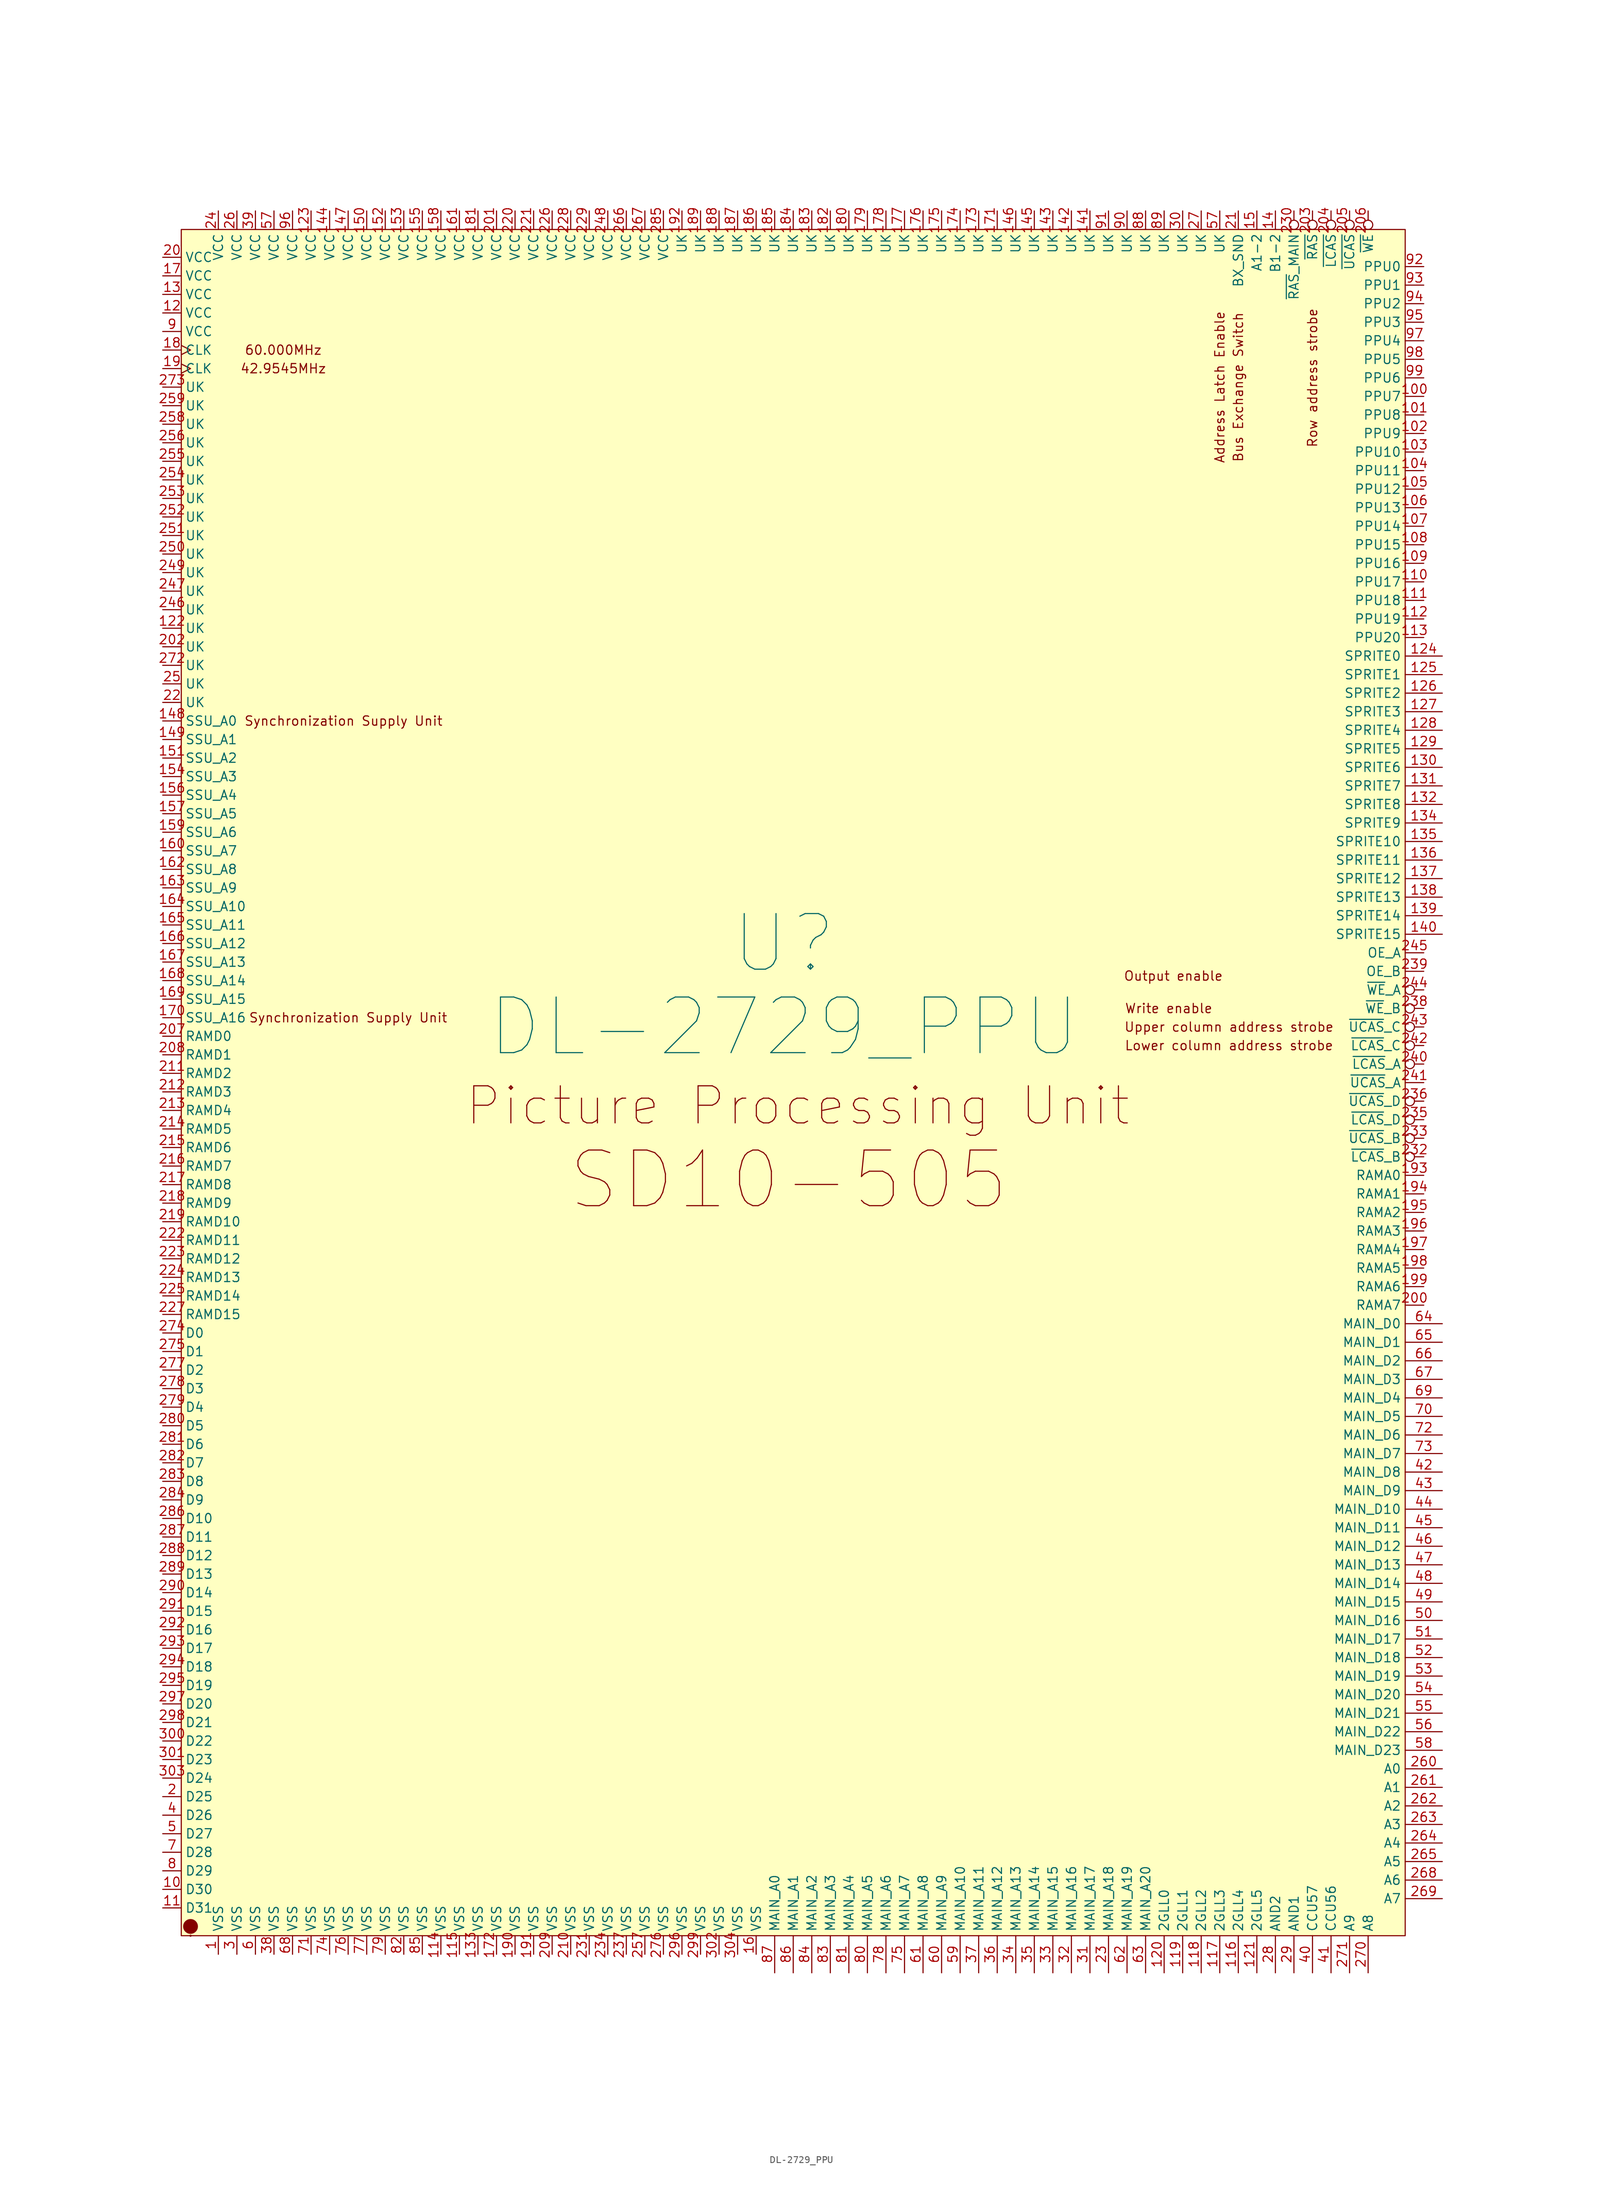
<source format=kicad_sym>
(kicad_symbol_lib
  (version 20211014)
  (generator kicad_symbol_editor)
  (symbol "DL-2729_PPU"
    (property "Reference" "U"
      (at 0 5.08 0)
      (effects (font (size 7.62 7.62))))
    (property "Value" "DL-2729_PPU"
      (at 0 -6.35 0)
      (effects (font (size 7.62 7.62))))
    (symbol "DL-2729_PPU_0_0"
      (circle (center -81.28 -130.81) (radius 0.0001) (stroke (width 0.152) (type default) (color 0 0 0 0)) (fill (type none)))
      (text "42.9545MHz" (at -68.58 83.82 0) (effects (font (size 1.27 1.27))))
      (text "60.000MHz" (at -68.58 86.36 0) (effects (font (size 1.27 1.27))))
      (text "Address Latch Enable" (at 59.69 81.28 900) (effects (font (size 1.27 1.27))))
      (text "Bus Exchange Switch" (at 62.23 81.28 900) (effects (font (size 1.27 1.27))))
      (text "Lower column address strobe" (at 60.96 -8.89 0) (effects (font (size 1.27 1.27))))
      (text "Output enable" (at 53.34 0.635 0) (effects (font (size 1.27 1.27))))
      (text "Picture Processing Unit" (at 1.905 -17.145 0) (effects (font (size 5.08 5.08))))
      (text "Row address strobe" (at 72.39 82.55 900) (effects (font (size 1.27 1.27))))
      (text "SD10-505" (at 0.635 -27.305 0) (effects (font (size 7.62 7.62))))
      (text "Synchronization Supply Unit" (at -60.325 35.56 0) (effects (font (size 1.27 1.27))))
      (text "Synchronization Supply Unit" (at -59.69 -5.08 0) (effects (font (size 1.27 1.27))))
      (text "Upper column address strobe" (at 60.96 -6.35 0) (effects (font (size 1.27 1.27))))
      (text "Write enable" (at 52.705 -3.81 0) (effects (font (size 1.27 1.27)))))
    (symbol "DL-2729_PPU_0_1"
      (rectangle (start -82.55 102.87) (end 85.09 -130.81) (stroke (width 0.152) (type default) (color 0 0 0 0)) (fill (type background)))
      (circle (center -81.28 -129.54) (radius 0.0001) (stroke (width 1.016) (type default) (color 0 0 0 0)) (fill (type none))))
    (symbol "DL-2729_PPU_1_0"
      (pin bidirectional line (at 90.17 44.45 180) (length 5.08) (name "SPRITE0" (effects (font (size 1.27 1.27)))) (number "124" (effects (font (size 1.27 1.27)))))
      (pin bidirectional line (at 90.17 41.91 180) (length 5.08) (name "SPRITE1" (effects (font (size 1.27 1.27)))) (number "125" (effects (font (size 1.27 1.27)))))
      (pin bidirectional line (at 90.17 39.37 180) (length 5.08) (name "SPRITE2" (effects (font (size 1.27 1.27)))) (number "126" (effects (font (size 1.27 1.27)))))
      (pin bidirectional line (at 90.17 36.83 180) (length 5.08) (name "SPRITE3" (effects (font (size 1.27 1.27)))) (number "127" (effects (font (size 1.27 1.27)))))
      (pin bidirectional line (at 90.17 34.29 180) (length 5.08) (name "SPRITE4" (effects (font (size 1.27 1.27)))) (number "128" (effects (font (size 1.27 1.27)))))
      (pin bidirectional line (at 90.17 31.75 180) (length 5.08) (name "SPRITE5" (effects (font (size 1.27 1.27)))) (number "129" (effects (font (size 1.27 1.27)))))
      (pin bidirectional line (at 90.17 29.21 180) (length 5.08) (name "SPRITE6" (effects (font (size 1.27 1.27)))) (number "130" (effects (font (size 1.27 1.27)))))
      (pin bidirectional line (at 90.17 26.67 180) (length 5.08) (name "SPRITE7" (effects (font (size 1.27 1.27)))) (number "131" (effects (font (size 1.27 1.27)))))
      (pin bidirectional line (at 90.17 24.13 180) (length 5.08) (name "SPRITE8" (effects (font (size 1.27 1.27)))) (number "132" (effects (font (size 1.27 1.27)))))
      (pin bidirectional line (at 90.17 21.59 180) (length 5.08) (name "SPRITE9" (effects (font (size 1.27 1.27)))) (number "134" (effects (font (size 1.27 1.27)))))
      (pin bidirectional line (at 90.17 19.05 180) (length 5.08) (name "SPRITE10" (effects (font (size 1.27 1.27)))) (number "135" (effects (font (size 1.27 1.27)))))
      (pin bidirectional line (at 90.17 16.51 180) (length 5.08) (name "SPRITE11" (effects (font (size 1.27 1.27)))) (number "136" (effects (font (size 1.27 1.27)))))
      (pin bidirectional line (at 90.17 13.97 180) (length 5.08) (name "SPRITE12" (effects (font (size 1.27 1.27)))) (number "137" (effects (font (size 1.27 1.27)))))
      (pin bidirectional line (at 90.17 11.43 180) (length 5.08) (name "SPRITE13" (effects (font (size 1.27 1.27)))) (number "138" (effects (font (size 1.27 1.27)))))
      (pin bidirectional line (at 90.17 8.89 180) (length 5.08) (name "SPRITE14" (effects (font (size 1.27 1.27)))) (number "139" (effects (font (size 1.27 1.27)))))
      (pin bidirectional line (at 90.17 6.35 180) (length 5.08) (name "SPRITE15" (effects (font (size 1.27 1.27)))) (number "140" (effects (font (size 1.27 1.27))))))
    (symbol "DL-2729_PPU_1_1"
      (pin power_in line (at -77.47 -133.35 90) (length 2.54) (name "VSS" (effects (font (size 1.27 1.27)))) (number "1" (effects (font (size 1.27 1.27)))))
      (pin bidirectional line (at -85.09 -124.46 0) (length 2.54) (name "D30" (effects (font (size 1.27 1.27)))) (number "10" (effects (font (size 1.27 1.27)))))
      (pin output line (at 87.63 80.01 180) (length 2.54) (name "PPU7" (effects (font (size 1.27 1.27)))) (number "100" (effects (font (size 1.27 1.27)))))
      (pin output line (at 87.63 77.47 180) (length 2.54) (name "PPU8" (effects (font (size 1.27 1.27)))) (number "101" (effects (font (size 1.27 1.27)))))
      (pin output line (at 87.63 74.93 180) (length 2.54) (name "PPU9" (effects (font (size 1.27 1.27)))) (number "102" (effects (font (size 1.27 1.27)))))
      (pin output line (at 87.63 72.39 180) (length 2.54) (name "PPU10" (effects (font (size 1.27 1.27)))) (number "103" (effects (font (size 1.27 1.27)))))
      (pin output line (at 87.63 69.85 180) (length 2.54) (name "PPU11" (effects (font (size 1.27 1.27)))) (number "104" (effects (font (size 1.27 1.27)))))
      (pin output line (at 87.63 67.31 180) (length 2.54) (name "PPU12" (effects (font (size 1.27 1.27)))) (number "105" (effects (font (size 1.27 1.27)))))
      (pin output line (at 87.63 64.77 180) (length 2.54) (name "PPU13" (effects (font (size 1.27 1.27)))) (number "106" (effects (font (size 1.27 1.27)))))
      (pin output line (at 87.63 62.23 180) (length 2.54) (name "PPU14" (effects (font (size 1.27 1.27)))) (number "107" (effects (font (size 1.27 1.27)))))
      (pin output line (at 87.63 59.69 180) (length 2.54) (name "PPU15" (effects (font (size 1.27 1.27)))) (number "108" (effects (font (size 1.27 1.27)))))
      (pin output line (at 87.63 57.15 180) (length 2.54) (name "PPU16" (effects (font (size 1.27 1.27)))) (number "109" (effects (font (size 1.27 1.27)))))
      (pin bidirectional line (at -85.09 -127 0) (length 2.54) (name "D31" (effects (font (size 1.27 1.27)))) (number "11" (effects (font (size 1.27 1.27)))))
      (pin output line (at 87.63 54.61 180) (length 2.54) (name "PPU17" (effects (font (size 1.27 1.27)))) (number "110" (effects (font (size 1.27 1.27)))))
      (pin output line (at 87.63 52.07 180) (length 2.54) (name "PPU18" (effects (font (size 1.27 1.27)))) (number "111" (effects (font (size 1.27 1.27)))))
      (pin output line (at 87.63 49.53 180) (length 2.54) (name "PPU19" (effects (font (size 1.27 1.27)))) (number "112" (effects (font (size 1.27 1.27)))))
      (pin output line (at 87.63 46.99 180) (length 2.54) (name "PPU20" (effects (font (size 1.27 1.27)))) (number "113" (effects (font (size 1.27 1.27)))))
      (pin power_in line (at -46.99 -133.35 90) (length 2.54) (name "VSS" (effects (font (size 1.27 1.27)))) (number "114" (effects (font (size 1.27 1.27)))))
      (pin power_in line (at -44.45 -133.35 90) (length 2.54) (name "VSS" (effects (font (size 1.27 1.27)))) (number "115" (effects (font (size 1.27 1.27)))))
      (pin bidirectional line (at 62.23 -135.89 90) (length 5.08) (name "2GLL4" (effects (font (size 1.27 1.27)))) (number "116" (effects (font (size 1.27 1.27)))))
      (pin bidirectional line (at 59.69 -135.89 90) (length 5.08) (name "2GLL3" (effects (font (size 1.27 1.27)))) (number "117" (effects (font (size 1.27 1.27)))))
      (pin bidirectional line (at 57.15 -135.89 90) (length 5.08) (name "2GLL2" (effects (font (size 1.27 1.27)))) (number "118" (effects (font (size 1.27 1.27)))))
      (pin bidirectional line (at 54.61 -135.89 90) (length 5.08) (name "2GLL1" (effects (font (size 1.27 1.27)))) (number "119" (effects (font (size 1.27 1.27)))))
      (pin power_in line (at -85.09 91.44 0) (length 2.54) (name "VCC" (effects (font (size 1.27 1.27)))) (number "12" (effects (font (size 1.27 1.27)))))
      (pin bidirectional line (at 52.07 -135.89 90) (length 5.08) (name "2GLL0" (effects (font (size 1.27 1.27)))) (number "120" (effects (font (size 1.27 1.27)))))
      (pin bidirectional line (at 64.77 -135.89 90) (length 5.08) (name "2GLL5" (effects (font (size 1.27 1.27)))) (number "121" (effects (font (size 1.27 1.27)))))
      (pin output line (at -85.09 48.26 0) (length 2.54) (name "UK" (effects (font (size 1.27 1.27)))) (number "122" (effects (font (size 1.27 1.27)))))
      (pin power_in line (at -64.77 105.41 270) (length 2.54) (name "VCC" (effects (font (size 1.27 1.27)))) (number "123" (effects (font (size 1.27 1.27)))))
      (pin power_in line (at -85.09 93.98 0) (length 2.54) (name "VCC" (effects (font (size 1.27 1.27)))) (number "13" (effects (font (size 1.27 1.27)))))
      (pin power_in line (at -41.91 -133.35 90) (length 2.54) (name "VSS" (effects (font (size 1.27 1.27)))) (number "133" (effects (font (size 1.27 1.27)))))
      (pin input line (at 67.31 105.41 270) (length 2.54) (name "B1-2" (effects (font (size 1.27 1.27)))) (number "14" (effects (font (size 1.27 1.27)))))
      (pin input line (at 41.91 105.41 270) (length 2.54) (name "UK" (effects (font (size 1.27 1.27)))) (number "141" (effects (font (size 1.27 1.27)))))
      (pin input line (at 39.37 105.41 270) (length 2.54) (name "UK" (effects (font (size 1.27 1.27)))) (number "142" (effects (font (size 1.27 1.27)))))
      (pin input line (at 36.83 105.41 270) (length 2.54) (name "UK" (effects (font (size 1.27 1.27)))) (number "143" (effects (font (size 1.27 1.27)))))
      (pin power_in line (at -62.23 105.41 270) (length 2.54) (name "VCC" (effects (font (size 1.27 1.27)))) (number "144" (effects (font (size 1.27 1.27)))))
      (pin input line (at 34.29 105.41 270) (length 2.54) (name "UK" (effects (font (size 1.27 1.27)))) (number "145" (effects (font (size 1.27 1.27)))))
      (pin input line (at 31.75 105.41 270) (length 2.54) (name "UK" (effects (font (size 1.27 1.27)))) (number "146" (effects (font (size 1.27 1.27)))))
      (pin power_in line (at -59.69 105.41 270) (length 2.54) (name "VCC" (effects (font (size 1.27 1.27)))) (number "147" (effects (font (size 1.27 1.27)))))
      (pin bidirectional line (at -85.09 35.56 0) (length 2.54) (name "SSU_A0" (effects (font (size 1.27 1.27)))) (number "148" (effects (font (size 1.27 1.27)))))
      (pin bidirectional line (at -85.09 33.02 0) (length 2.54) (name "SSU_A1" (effects (font (size 1.27 1.27)))) (number "149" (effects (font (size 1.27 1.27)))))
      (pin output line (at 64.77 105.41 270) (length 2.54) (name "A1-2" (effects (font (size 1.27 1.27)))) (number "15" (effects (font (size 1.27 1.27)))))
      (pin power_in line (at -57.15 105.41 270) (length 2.54) (name "VCC" (effects (font (size 1.27 1.27)))) (number "150" (effects (font (size 1.27 1.27)))))
      (pin bidirectional line (at -85.09 30.48 0) (length 2.54) (name "SSU_A2" (effects (font (size 1.27 1.27)))) (number "151" (effects (font (size 1.27 1.27)))))
      (pin power_in line (at -54.61 105.41 270) (length 2.54) (name "VCC" (effects (font (size 1.27 1.27)))) (number "152" (effects (font (size 1.27 1.27)))))
      (pin power_in line (at -52.07 105.41 270) (length 2.54) (name "VCC" (effects (font (size 1.27 1.27)))) (number "153" (effects (font (size 1.27 1.27)))))
      (pin bidirectional line (at -85.09 27.94 0) (length 2.54) (name "SSU_A3" (effects (font (size 1.27 1.27)))) (number "154" (effects (font (size 1.27 1.27)))))
      (pin power_in line (at -49.53 105.41 270) (length 2.54) (name "VCC" (effects (font (size 1.27 1.27)))) (number "155" (effects (font (size 1.27 1.27)))))
      (pin bidirectional line (at -85.09 25.4 0) (length 2.54) (name "SSU_A4" (effects (font (size 1.27 1.27)))) (number "156" (effects (font (size 1.27 1.27)))))
      (pin bidirectional line (at -85.09 22.86 0) (length 2.54) (name "SSU_A5" (effects (font (size 1.27 1.27)))) (number "157" (effects (font (size 1.27 1.27)))))
      (pin power_in line (at -46.99 105.41 270) (length 2.54) (name "VCC" (effects (font (size 1.27 1.27)))) (number "158" (effects (font (size 1.27 1.27)))))
      (pin bidirectional line (at -85.09 20.32 0) (length 2.54) (name "SSU_A6" (effects (font (size 1.27 1.27)))) (number "159" (effects (font (size 1.27 1.27)))))
      (pin power_in line (at -3.81 -133.35 90) (length 2.54) (name "VSS" (effects (font (size 1.27 1.27)))) (number "16" (effects (font (size 1.27 1.27)))))
      (pin bidirectional line (at -85.09 17.78 0) (length 2.54) (name "SSU_A7" (effects (font (size 1.27 1.27)))) (number "160" (effects (font (size 1.27 1.27)))))
      (pin power_in line (at -44.45 105.41 270) (length 2.54) (name "VCC" (effects (font (size 1.27 1.27)))) (number "161" (effects (font (size 1.27 1.27)))))
      (pin bidirectional line (at -85.09 15.24 0) (length 2.54) (name "SSU_A8" (effects (font (size 1.27 1.27)))) (number "162" (effects (font (size 1.27 1.27)))))
      (pin bidirectional line (at -85.09 12.7 0) (length 2.54) (name "SSU_A9" (effects (font (size 1.27 1.27)))) (number "163" (effects (font (size 1.27 1.27)))))
      (pin bidirectional line (at -85.09 10.16 0) (length 2.54) (name "SSU_A10" (effects (font (size 1.27 1.27)))) (number "164" (effects (font (size 1.27 1.27)))))
      (pin bidirectional line (at -85.09 7.62 0) (length 2.54) (name "SSU_A11" (effects (font (size 1.27 1.27)))) (number "165" (effects (font (size 1.27 1.27)))))
      (pin bidirectional line (at -85.09 5.08 0) (length 2.54) (name "SSU_A12" (effects (font (size 1.27 1.27)))) (number "166" (effects (font (size 1.27 1.27)))))
      (pin bidirectional line (at -85.09 2.54 0) (length 2.54) (name "SSU_A13" (effects (font (size 1.27 1.27)))) (number "167" (effects (font (size 1.27 1.27)))))
      (pin bidirectional line (at -85.09 0 0) (length 2.54) (name "SSU_A14" (effects (font (size 1.27 1.27)))) (number "168" (effects (font (size 1.27 1.27)))))
      (pin bidirectional line (at -85.09 -2.54 0) (length 2.54) (name "SSU_A15" (effects (font (size 1.27 1.27)))) (number "169" (effects (font (size 1.27 1.27)))))
      (pin power_in line (at -85.09 96.52 0) (length 2.54) (name "VCC" (effects (font (size 1.27 1.27)))) (number "17" (effects (font (size 1.27 1.27)))))
      (pin bidirectional line (at -85.09 -5.08 0) (length 2.54) (name "SSU_A16" (effects (font (size 1.27 1.27)))) (number "170" (effects (font (size 1.27 1.27)))))
      (pin output line (at 29.21 105.41 270) (length 2.54) (name "UK" (effects (font (size 1.27 1.27)))) (number "171" (effects (font (size 1.27 1.27)))))
      (pin power_in line (at -39.37 -133.35 90) (length 2.54) (name "VSS" (effects (font (size 1.27 1.27)))) (number "172" (effects (font (size 1.27 1.27)))))
      (pin output line (at 26.67 105.41 270) (length 2.54) (name "UK" (effects (font (size 1.27 1.27)))) (number "173" (effects (font (size 1.27 1.27)))))
      (pin output line (at 24.13 105.41 270) (length 2.54) (name "UK" (effects (font (size 1.27 1.27)))) (number "174" (effects (font (size 1.27 1.27)))))
      (pin output line (at 21.59 105.41 270) (length 2.54) (name "UK" (effects (font (size 1.27 1.27)))) (number "175" (effects (font (size 1.27 1.27)))))
      (pin output line (at 19.05 105.41 270) (length 2.54) (name "UK" (effects (font (size 1.27 1.27)))) (number "176" (effects (font (size 1.27 1.27)))))
      (pin output line (at 16.51 105.41 270) (length 2.54) (name "UK" (effects (font (size 1.27 1.27)))) (number "177" (effects (font (size 1.27 1.27)))))
      (pin output line (at 13.97 105.41 270) (length 2.54) (name "UK" (effects (font (size 1.27 1.27)))) (number "178" (effects (font (size 1.27 1.27)))))
      (pin output line (at 11.43 105.41 270) (length 2.54) (name "UK" (effects (font (size 1.27 1.27)))) (number "179" (effects (font (size 1.27 1.27)))))
      (pin input clock (at -85.09 86.36 0) (length 2.54) (name "CLK" (effects (font (size 1.27 1.27)))) (number "18" (effects (font (size 1.27 1.27)))))
      (pin output line (at 8.89 105.41 270) (length 2.54) (name "UK" (effects (font (size 1.27 1.27)))) (number "180" (effects (font (size 1.27 1.27)))))
      (pin power_in line (at -41.91 105.41 270) (length 2.54) (name "VCC" (effects (font (size 1.27 1.27)))) (number "181" (effects (font (size 1.27 1.27)))))
      (pin output line (at 6.35 105.41 270) (length 2.54) (name "UK" (effects (font (size 1.27 1.27)))) (number "182" (effects (font (size 1.27 1.27)))))
      (pin output line (at 3.81 105.41 270) (length 2.54) (name "UK" (effects (font (size 1.27 1.27)))) (number "183" (effects (font (size 1.27 1.27)))))
      (pin output line (at 1.27 105.41 270) (length 2.54) (name "UK" (effects (font (size 1.27 1.27)))) (number "184" (effects (font (size 1.27 1.27)))))
      (pin output line (at -1.27 105.41 270) (length 2.54) (name "UK" (effects (font (size 1.27 1.27)))) (number "185" (effects (font (size 1.27 1.27)))))
      (pin output line (at -3.81 105.41 270) (length 2.54) (name "UK" (effects (font (size 1.27 1.27)))) (number "186" (effects (font (size 1.27 1.27)))))
      (pin output line (at -6.35 105.41 270) (length 2.54) (name "UK" (effects (font (size 1.27 1.27)))) (number "187" (effects (font (size 1.27 1.27)))))
      (pin output line (at -8.89 105.41 270) (length 2.54) (name "UK" (effects (font (size 1.27 1.27)))) (number "188" (effects (font (size 1.27 1.27)))))
      (pin output line (at -11.43 105.41 270) (length 2.54) (name "UK" (effects (font (size 1.27 1.27)))) (number "189" (effects (font (size 1.27 1.27)))))
      (pin input clock (at -85.09 83.82 0) (length 2.54) (name "CLK" (effects (font (size 1.27 1.27)))) (number "19" (effects (font (size 1.27 1.27)))))
      (pin power_in line (at -36.83 -133.35 90) (length 2.54) (name "VSS" (effects (font (size 1.27 1.27)))) (number "190" (effects (font (size 1.27 1.27)))))
      (pin power_in line (at -34.29 -133.35 90) (length 2.54) (name "VSS" (effects (font (size 1.27 1.27)))) (number "191" (effects (font (size 1.27 1.27)))))
      (pin output line (at -13.97 105.41 270) (length 2.54) (name "UK" (effects (font (size 1.27 1.27)))) (number "192" (effects (font (size 1.27 1.27)))))
      (pin output line (at 87.63 -26.67 180) (length 2.54) (name "RAMA0" (effects (font (size 1.27 1.27)))) (number "193" (effects (font (size 1.27 1.27)))))
      (pin output line (at 87.63 -29.21 180) (length 2.54) (name "RAMA1" (effects (font (size 1.27 1.27)))) (number "194" (effects (font (size 1.27 1.27)))))
      (pin output line (at 87.63 -31.75 180) (length 2.54) (name "RAMA2" (effects (font (size 1.27 1.27)))) (number "195" (effects (font (size 1.27 1.27)))))
      (pin output line (at 87.63 -34.29 180) (length 2.54) (name "RAMA3" (effects (font (size 1.27 1.27)))) (number "196" (effects (font (size 1.27 1.27)))))
      (pin output line (at 87.63 -36.83 180) (length 2.54) (name "RAMA4" (effects (font (size 1.27 1.27)))) (number "197" (effects (font (size 1.27 1.27)))))
      (pin output line (at 87.63 -39.37 180) (length 2.54) (name "RAMA5" (effects (font (size 1.27 1.27)))) (number "198" (effects (font (size 1.27 1.27)))))
      (pin output line (at 87.63 -41.91 180) (length 2.54) (name "RAMA6" (effects (font (size 1.27 1.27)))) (number "199" (effects (font (size 1.27 1.27)))))
      (pin bidirectional line (at -85.09 -111.76 0) (length 2.54) (name "D25" (effects (font (size 1.27 1.27)))) (number "2" (effects (font (size 1.27 1.27)))))
      (pin power_in line (at -85.09 99.06 0) (length 2.54) (name "VCC" (effects (font (size 1.27 1.27)))) (number "20" (effects (font (size 1.27 1.27)))))
      (pin output line (at 87.63 -44.45 180) (length 2.54) (name "RAMA7" (effects (font (size 1.27 1.27)))) (number "200" (effects (font (size 1.27 1.27)))))
      (pin power_in line (at -39.37 105.41 270) (length 2.54) (name "VCC" (effects (font (size 1.27 1.27)))) (number "201" (effects (font (size 1.27 1.27)))))
      (pin output line (at -85.09 45.72 0) (length 2.54) (name "UK" (effects (font (size 1.27 1.27)))) (number "202" (effects (font (size 1.27 1.27)))))
      (pin output inverted (at 72.39 105.41 270) (length 2.54) (name "~{RAS}" (effects (font (size 1.27 1.27)))) (number "203" (effects (font (size 1.27 1.27)))))
      (pin output inverted (at 74.93 105.41 270) (length 2.54) (name "~{LCAS}" (effects (font (size 1.27 1.27)))) (number "204" (effects (font (size 1.27 1.27)))))
      (pin output inverted (at 77.47 105.41 270) (length 2.54) (name "~{UCAS}" (effects (font (size 1.27 1.27)))) (number "205" (effects (font (size 1.27 1.27)))))
      (pin output inverted (at 80.01 105.41 270) (length 2.54) (name "~{WE}" (effects (font (size 1.27 1.27)))) (number "206" (effects (font (size 1.27 1.27)))))
      (pin bidirectional line (at -85.09 -7.62 0) (length 2.54) (name "RAMD0" (effects (font (size 1.27 1.27)))) (number "207" (effects (font (size 1.27 1.27)))))
      (pin bidirectional line (at -85.09 -10.16 0) (length 2.54) (name "RAMD1" (effects (font (size 1.27 1.27)))) (number "208" (effects (font (size 1.27 1.27)))))
      (pin power_in line (at -31.75 -133.35 90) (length 2.54) (name "VSS" (effects (font (size 1.27 1.27)))) (number "209" (effects (font (size 1.27 1.27)))))
      (pin output line (at 62.23 105.41 270) (length 2.54) (name "BX_SND" (effects (font (size 1.27 1.27)))) (number "21" (effects (font (size 1.27 1.27)))))
      (pin power_in line (at -29.21 -133.35 90) (length 2.54) (name "VSS" (effects (font (size 1.27 1.27)))) (number "210" (effects (font (size 1.27 1.27)))))
      (pin bidirectional line (at -85.09 -12.7 0) (length 2.54) (name "RAMD2" (effects (font (size 1.27 1.27)))) (number "211" (effects (font (size 1.27 1.27)))))
      (pin bidirectional line (at -85.09 -15.24 0) (length 2.54) (name "RAMD3" (effects (font (size 1.27 1.27)))) (number "212" (effects (font (size 1.27 1.27)))))
      (pin bidirectional line (at -85.09 -17.78 0) (length 2.54) (name "RAMD4" (effects (font (size 1.27 1.27)))) (number "213" (effects (font (size 1.27 1.27)))))
      (pin bidirectional line (at -85.09 -20.32 0) (length 2.54) (name "RAMD5" (effects (font (size 1.27 1.27)))) (number "214" (effects (font (size 1.27 1.27)))))
      (pin bidirectional line (at -85.09 -22.86 0) (length 2.54) (name "RAMD6" (effects (font (size 1.27 1.27)))) (number "215" (effects (font (size 1.27 1.27)))))
      (pin bidirectional line (at -85.09 -25.4 0) (length 2.54) (name "RAMD7" (effects (font (size 1.27 1.27)))) (number "216" (effects (font (size 1.27 1.27)))))
      (pin bidirectional line (at -85.09 -27.94 0) (length 2.54) (name "RAMD8" (effects (font (size 1.27 1.27)))) (number "217" (effects (font (size 1.27 1.27)))))
      (pin bidirectional line (at -85.09 -30.48 0) (length 2.54) (name "RAMD9" (effects (font (size 1.27 1.27)))) (number "218" (effects (font (size 1.27 1.27)))))
      (pin bidirectional line (at -85.09 -33.02 0) (length 2.54) (name "RAMD10" (effects (font (size 1.27 1.27)))) (number "219" (effects (font (size 1.27 1.27)))))
      (pin input line (at -85.09 38.1 0) (length 2.54) (name "UK" (effects (font (size 1.27 1.27)))) (number "22" (effects (font (size 1.27 1.27)))))
      (pin power_in line (at -36.83 105.41 270) (length 2.54) (name "VCC" (effects (font (size 1.27 1.27)))) (number "220" (effects (font (size 1.27 1.27)))))
      (pin power_in line (at -34.29 105.41 270) (length 2.54) (name "VCC" (effects (font (size 1.27 1.27)))) (number "221" (effects (font (size 1.27 1.27)))))
      (pin bidirectional line (at -85.09 -35.56 0) (length 2.54) (name "RAMD11" (effects (font (size 1.27 1.27)))) (number "222" (effects (font (size 1.27 1.27)))))
      (pin bidirectional line (at -85.09 -38.1 0) (length 2.54) (name "RAMD12" (effects (font (size 1.27 1.27)))) (number "223" (effects (font (size 1.27 1.27)))))
      (pin bidirectional line (at -85.09 -40.64 0) (length 2.54) (name "RAMD13" (effects (font (size 1.27 1.27)))) (number "224" (effects (font (size 1.27 1.27)))))
      (pin bidirectional line (at -85.09 -43.18 0) (length 2.54) (name "RAMD14" (effects (font (size 1.27 1.27)))) (number "225" (effects (font (size 1.27 1.27)))))
      (pin power_in line (at -31.75 105.41 270) (length 2.54) (name "VCC" (effects (font (size 1.27 1.27)))) (number "226" (effects (font (size 1.27 1.27)))))
      (pin bidirectional line (at -85.09 -45.72 0) (length 2.54) (name "RAMD15" (effects (font (size 1.27 1.27)))) (number "227" (effects (font (size 1.27 1.27)))))
      (pin power_in line (at -29.21 105.41 270) (length 2.54) (name "VCC" (effects (font (size 1.27 1.27)))) (number "228" (effects (font (size 1.27 1.27)))))
      (pin power_in line (at -26.67 105.41 270) (length 2.54) (name "VCC" (effects (font (size 1.27 1.27)))) (number "229" (effects (font (size 1.27 1.27)))))
      (pin bidirectional line (at 44.45 -135.89 90) (length 5.08) (name "MAIN_A18" (effects (font (size 1.27 1.27)))) (number "23" (effects (font (size 1.27 1.27)))))
      (pin output inverted (at 69.85 105.41 270) (length 2.54) (name "~{RAS}_MAIN" (effects (font (size 1.27 1.27)))) (number "230" (effects (font (size 1.27 1.27)))))
      (pin power_in line (at -26.67 -133.35 90) (length 2.54) (name "VSS" (effects (font (size 1.27 1.27)))) (number "231" (effects (font (size 1.27 1.27)))))
      (pin output inverted (at 87.63 -24.13 180) (length 2.54) (name "~{LCAS}_B" (effects (font (size 1.27 1.27)))) (number "232" (effects (font (size 1.27 1.27)))))
      (pin output inverted (at 87.63 -21.59 180) (length 2.54) (name "~{UCAS}_B" (effects (font (size 1.27 1.27)))) (number "233" (effects (font (size 1.27 1.27)))))
      (pin power_in line (at -24.13 -133.35 90) (length 2.54) (name "VSS" (effects (font (size 1.27 1.27)))) (number "234" (effects (font (size 1.27 1.27)))))
      (pin output inverted (at 87.63 -19.05 180) (length 2.54) (name "~{LCAS}_D" (effects (font (size 1.27 1.27)))) (number "235" (effects (font (size 1.27 1.27)))))
      (pin output inverted (at 87.63 -16.51 180) (length 2.54) (name "~{UCAS}_D" (effects (font (size 1.27 1.27)))) (number "236" (effects (font (size 1.27 1.27)))))
      (pin power_in line (at -21.59 -133.35 90) (length 2.54) (name "VSS" (effects (font (size 1.27 1.27)))) (number "237" (effects (font (size 1.27 1.27)))))
      (pin output inverted (at 87.63 -3.81 180) (length 2.54) (name "~{WE}_B" (effects (font (size 1.27 1.27)))) (number "238" (effects (font (size 1.27 1.27)))))
      (pin output line (at 87.63 1.27 180) (length 2.54) (name "OE_B" (effects (font (size 1.27 1.27)))) (number "239" (effects (font (size 1.27 1.27)))))
      (pin power_in line (at -77.47 105.41 270) (length 2.54) (name "VCC" (effects (font (size 1.27 1.27)))) (number "24" (effects (font (size 1.27 1.27)))))
      (pin output inverted (at 87.63 -11.43 180) (length 2.54) (name "~{LCAS}_A" (effects (font (size 1.27 1.27)))) (number "240" (effects (font (size 1.27 1.27)))))
      (pin output line (at 87.63 -13.97 180) (length 2.54) (name "~{UCAS}_A" (effects (font (size 1.27 1.27)))) (number "241" (effects (font (size 1.27 1.27)))))
      (pin output inverted (at 87.63 -8.89 180) (length 2.54) (name "~{LCAS}_C" (effects (font (size 1.27 1.27)))) (number "242" (effects (font (size 1.27 1.27)))))
      (pin output inverted (at 87.63 -6.35 180) (length 2.54) (name "~{UCAS}_C" (effects (font (size 1.27 1.27)))) (number "243" (effects (font (size 1.27 1.27)))))
      (pin output inverted (at 87.63 -1.27 180) (length 2.54) (name "~{WE}_A" (effects (font (size 1.27 1.27)))) (number "244" (effects (font (size 1.27 1.27)))))
      (pin output line (at 87.63 3.81 180) (length 2.54) (name "OE_A" (effects (font (size 1.27 1.27)))) (number "245" (effects (font (size 1.27 1.27)))))
      (pin output line (at -85.09 50.8 0) (length 2.54) (name "UK" (effects (font (size 1.27 1.27)))) (number "246" (effects (font (size 1.27 1.27)))))
      (pin output line (at -85.09 53.34 0) (length 2.54) (name "UK" (effects (font (size 1.27 1.27)))) (number "247" (effects (font (size 1.27 1.27)))))
      (pin power_in line (at -24.13 105.41 270) (length 2.54) (name "VCC" (effects (font (size 1.27 1.27)))) (number "248" (effects (font (size 1.27 1.27)))))
      (pin output line (at -85.09 55.88 0) (length 2.54) (name "UK" (effects (font (size 1.27 1.27)))) (number "249" (effects (font (size 1.27 1.27)))))
      (pin input line (at -85.09 40.64 0) (length 2.54) (name "UK" (effects (font (size 1.27 1.27)))) (number "25" (effects (font (size 1.27 1.27)))))
      (pin output line (at -85.09 58.42 0) (length 2.54) (name "UK" (effects (font (size 1.27 1.27)))) (number "250" (effects (font (size 1.27 1.27)))))
      (pin output line (at -85.09 60.96 0) (length 2.54) (name "UK" (effects (font (size 1.27 1.27)))) (number "251" (effects (font (size 1.27 1.27)))))
      (pin output line (at -85.09 63.5 0) (length 2.54) (name "UK" (effects (font (size 1.27 1.27)))) (number "252" (effects (font (size 1.27 1.27)))))
      (pin output line (at -85.09 66.04 0) (length 2.54) (name "UK" (effects (font (size 1.27 1.27)))) (number "253" (effects (font (size 1.27 1.27)))))
      (pin output line (at -85.09 68.58 0) (length 2.54) (name "UK" (effects (font (size 1.27 1.27)))) (number "254" (effects (font (size 1.27 1.27)))))
      (pin output line (at -85.09 71.12 0) (length 2.54) (name "UK" (effects (font (size 1.27 1.27)))) (number "255" (effects (font (size 1.27 1.27)))))
      (pin output line (at -85.09 73.66 0) (length 2.54) (name "UK" (effects (font (size 1.27 1.27)))) (number "256" (effects (font (size 1.27 1.27)))))
      (pin power_in line (at -19.05 -133.35 90) (length 2.54) (name "VSS" (effects (font (size 1.27 1.27)))) (number "257" (effects (font (size 1.27 1.27)))))
      (pin output line (at -85.09 76.2 0) (length 2.54) (name "UK" (effects (font (size 1.27 1.27)))) (number "258" (effects (font (size 1.27 1.27)))))
      (pin output line (at -85.09 78.74 0) (length 2.54) (name "UK" (effects (font (size 1.27 1.27)))) (number "259" (effects (font (size 1.27 1.27)))))
      (pin power_in line (at -74.93 105.41 270) (length 2.54) (name "VCC" (effects (font (size 1.27 1.27)))) (number "26" (effects (font (size 1.27 1.27)))))
      (pin output line (at 90.17 -107.95 180) (length 5.08) (name "A0" (effects (font (size 1.27 1.27)))) (number "260" (effects (font (size 1.27 1.27)))))
      (pin output line (at 90.17 -110.49 180) (length 5.08) (name "A1" (effects (font (size 1.27 1.27)))) (number "261" (effects (font (size 1.27 1.27)))))
      (pin output line (at 90.17 -113.03 180) (length 5.08) (name "A2" (effects (font (size 1.27 1.27)))) (number "262" (effects (font (size 1.27 1.27)))))
      (pin output line (at 90.17 -115.57 180) (length 5.08) (name "A3" (effects (font (size 1.27 1.27)))) (number "263" (effects (font (size 1.27 1.27)))))
      (pin output line (at 90.17 -118.11 180) (length 5.08) (name "A4" (effects (font (size 1.27 1.27)))) (number "264" (effects (font (size 1.27 1.27)))))
      (pin output line (at 90.17 -120.65 180) (length 5.08) (name "A5" (effects (font (size 1.27 1.27)))) (number "265" (effects (font (size 1.27 1.27)))))
      (pin power_in line (at -21.59 105.41 270) (length 2.54) (name "VCC" (effects (font (size 1.27 1.27)))) (number "266" (effects (font (size 1.27 1.27)))))
      (pin power_in line (at -19.05 105.41 270) (length 2.54) (name "VCC" (effects (font (size 1.27 1.27)))) (number "267" (effects (font (size 1.27 1.27)))))
      (pin output line (at 90.17 -123.19 180) (length 5.08) (name "A6" (effects (font (size 1.27 1.27)))) (number "268" (effects (font (size 1.27 1.27)))))
      (pin output line (at 90.17 -125.73 180) (length 5.08) (name "A7" (effects (font (size 1.27 1.27)))) (number "269" (effects (font (size 1.27 1.27)))))
      (pin input line (at 57.15 105.41 270) (length 2.54) (name "UK" (effects (font (size 1.27 1.27)))) (number "27" (effects (font (size 1.27 1.27)))))
      (pin output line (at 80.01 -135.89 90) (length 5.08) (name "A8" (effects (font (size 1.27 1.27)))) (number "270" (effects (font (size 1.27 1.27)))))
      (pin output line (at 77.47 -135.89 90) (length 5.08) (name "A9" (effects (font (size 1.27 1.27)))) (number "271" (effects (font (size 1.27 1.27)))))
      (pin output line (at -85.09 43.18 0) (length 2.54) (name "UK" (effects (font (size 1.27 1.27)))) (number "272" (effects (font (size 1.27 1.27)))))
      (pin output line (at -85.09 81.28 0) (length 2.54) (name "UK" (effects (font (size 1.27 1.27)))) (number "273" (effects (font (size 1.27 1.27)))))
      (pin bidirectional line (at -85.09 -48.26 0) (length 2.54) (name "D0" (effects (font (size 1.27 1.27)))) (number "274" (effects (font (size 1.27 1.27)))))
      (pin bidirectional line (at -85.09 -50.8 0) (length 2.54) (name "D1" (effects (font (size 1.27 1.27)))) (number "275" (effects (font (size 1.27 1.27)))))
      (pin power_in line (at -16.51 -133.35 90) (length 2.54) (name "VSS" (effects (font (size 1.27 1.27)))) (number "276" (effects (font (size 1.27 1.27)))))
      (pin bidirectional line (at -85.09 -53.34 0) (length 2.54) (name "D2" (effects (font (size 1.27 1.27)))) (number "277" (effects (font (size 1.27 1.27)))))
      (pin bidirectional line (at -85.09 -55.88 0) (length 2.54) (name "D3" (effects (font (size 1.27 1.27)))) (number "278" (effects (font (size 1.27 1.27)))))
      (pin bidirectional line (at -85.09 -58.42 0) (length 2.54) (name "D4" (effects (font (size 1.27 1.27)))) (number "279" (effects (font (size 1.27 1.27)))))
      (pin output line (at 67.31 -135.89 90) (length 5.08) (name "AND2" (effects (font (size 1.27 1.27)))) (number "28" (effects (font (size 1.27 1.27)))))
      (pin bidirectional line (at -85.09 -60.96 0) (length 2.54) (name "D5" (effects (font (size 1.27 1.27)))) (number "280" (effects (font (size 1.27 1.27)))))
      (pin bidirectional line (at -85.09 -63.5 0) (length 2.54) (name "D6" (effects (font (size 1.27 1.27)))) (number "281" (effects (font (size 1.27 1.27)))))
      (pin bidirectional line (at -85.09 -66.04 0) (length 2.54) (name "D7" (effects (font (size 1.27 1.27)))) (number "282" (effects (font (size 1.27 1.27)))))
      (pin bidirectional line (at -85.09 -68.58 0) (length 2.54) (name "D8" (effects (font (size 1.27 1.27)))) (number "283" (effects (font (size 1.27 1.27)))))
      (pin bidirectional line (at -85.09 -71.12 0) (length 2.54) (name "D9" (effects (font (size 1.27 1.27)))) (number "284" (effects (font (size 1.27 1.27)))))
      (pin power_in line (at -16.51 105.41 270) (length 2.54) (name "VCC" (effects (font (size 1.27 1.27)))) (number "285" (effects (font (size 1.27 1.27)))))
      (pin bidirectional line (at -85.09 -73.66 0) (length 2.54) (name "D10" (effects (font (size 1.27 1.27)))) (number "286" (effects (font (size 1.27 1.27)))))
      (pin bidirectional line (at -85.09 -76.2 0) (length 2.54) (name "D11" (effects (font (size 1.27 1.27)))) (number "287" (effects (font (size 1.27 1.27)))))
      (pin bidirectional line (at -85.09 -78.74 0) (length 2.54) (name "D12" (effects (font (size 1.27 1.27)))) (number "288" (effects (font (size 1.27 1.27)))))
      (pin bidirectional line (at -85.09 -81.28 0) (length 2.54) (name "D13" (effects (font (size 1.27 1.27)))) (number "289" (effects (font (size 1.27 1.27)))))
      (pin output line (at 69.85 -135.89 90) (length 5.08) (name "AND1" (effects (font (size 1.27 1.27)))) (number "29" (effects (font (size 1.27 1.27)))))
      (pin bidirectional line (at -85.09 -83.82 0) (length 2.54) (name "D14" (effects (font (size 1.27 1.27)))) (number "290" (effects (font (size 1.27 1.27)))))
      (pin bidirectional line (at -85.09 -86.36 0) (length 2.54) (name "D15" (effects (font (size 1.27 1.27)))) (number "291" (effects (font (size 1.27 1.27)))))
      (pin bidirectional line (at -85.09 -88.9 0) (length 2.54) (name "D16" (effects (font (size 1.27 1.27)))) (number "292" (effects (font (size 1.27 1.27)))))
      (pin bidirectional line (at -85.09 -91.44 0) (length 2.54) (name "D17" (effects (font (size 1.27 1.27)))) (number "293" (effects (font (size 1.27 1.27)))))
      (pin bidirectional line (at -85.09 -93.98 0) (length 2.54) (name "D18" (effects (font (size 1.27 1.27)))) (number "294" (effects (font (size 1.27 1.27)))))
      (pin bidirectional line (at -85.09 -96.52 0) (length 2.54) (name "D19" (effects (font (size 1.27 1.27)))) (number "295" (effects (font (size 1.27 1.27)))))
      (pin power_in line (at -13.97 -133.35 90) (length 2.54) (name "VSS" (effects (font (size 1.27 1.27)))) (number "296" (effects (font (size 1.27 1.27)))))
      (pin bidirectional line (at -85.09 -99.06 0) (length 2.54) (name "D20" (effects (font (size 1.27 1.27)))) (number "297" (effects (font (size 1.27 1.27)))))
      (pin bidirectional line (at -85.09 -101.6 0) (length 2.54) (name "D21" (effects (font (size 1.27 1.27)))) (number "298" (effects (font (size 1.27 1.27)))))
      (pin power_in line (at -11.43 -133.35 90) (length 2.54) (name "VSS" (effects (font (size 1.27 1.27)))) (number "299" (effects (font (size 1.27 1.27)))))
      (pin power_in line (at -74.93 -133.35 90) (length 2.54) (name "VSS" (effects (font (size 1.27 1.27)))) (number "3" (effects (font (size 1.27 1.27)))))
      (pin input line (at 54.61 105.41 270) (length 2.54) (name "UK" (effects (font (size 1.27 1.27)))) (number "30" (effects (font (size 1.27 1.27)))))
      (pin bidirectional line (at -85.09 -104.14 0) (length 2.54) (name "D22" (effects (font (size 1.27 1.27)))) (number "300" (effects (font (size 1.27 1.27)))))
      (pin bidirectional line (at -85.09 -106.68 0) (length 2.54) (name "D23" (effects (font (size 1.27 1.27)))) (number "301" (effects (font (size 1.27 1.27)))))
      (pin power_in line (at -8.89 -133.35 90) (length 2.54) (name "VSS" (effects (font (size 1.27 1.27)))) (number "302" (effects (font (size 1.27 1.27)))))
      (pin bidirectional line (at -85.09 -109.22 0) (length 2.54) (name "D24" (effects (font (size 1.27 1.27)))) (number "303" (effects (font (size 1.27 1.27)))))
      (pin power_in line (at -6.35 -133.35 90) (length 2.54) (name "VSS" (effects (font (size 1.27 1.27)))) (number "304" (effects (font (size 1.27 1.27)))))
      (pin bidirectional line (at 41.91 -135.89 90) (length 5.08) (name "MAIN_A17" (effects (font (size 1.27 1.27)))) (number "31" (effects (font (size 1.27 1.27)))))
      (pin bidirectional line (at 39.37 -135.89 90) (length 5.08) (name "MAIN_A16" (effects (font (size 1.27 1.27)))) (number "32" (effects (font (size 1.27 1.27)))))
      (pin bidirectional line (at 36.83 -135.89 90) (length 5.08) (name "MAIN_A15" (effects (font (size 1.27 1.27)))) (number "33" (effects (font (size 1.27 1.27)))))
      (pin bidirectional line (at 31.75 -135.89 90) (length 5.08) (name "MAIN_A13" (effects (font (size 1.27 1.27)))) (number "34" (effects (font (size 1.27 1.27)))))
      (pin bidirectional line (at 34.29 -135.89 90) (length 5.08) (name "MAIN_A14" (effects (font (size 1.27 1.27)))) (number "35" (effects (font (size 1.27 1.27)))))
      (pin bidirectional line (at 29.21 -135.89 90) (length 5.08) (name "MAIN_A12" (effects (font (size 1.27 1.27)))) (number "36" (effects (font (size 1.27 1.27)))))
      (pin bidirectional line (at 26.67 -135.89 90) (length 5.08) (name "MAIN_A11" (effects (font (size 1.27 1.27)))) (number "37" (effects (font (size 1.27 1.27)))))
      (pin power_in line (at -69.85 -133.35 90) (length 2.54) (name "VSS" (effects (font (size 1.27 1.27)))) (number "38" (effects (font (size 1.27 1.27)))))
      (pin power_in line (at -72.39 105.41 270) (length 2.54) (name "VCC" (effects (font (size 1.27 1.27)))) (number "39" (effects (font (size 1.27 1.27)))))
      (pin bidirectional line (at -85.09 -114.3 0) (length 2.54) (name "D26" (effects (font (size 1.27 1.27)))) (number "4" (effects (font (size 1.27 1.27)))))
      (pin bidirectional line (at 72.39 -135.89 90) (length 5.08) (name "CCU57" (effects (font (size 1.27 1.27)))) (number "40" (effects (font (size 1.27 1.27)))))
      (pin bidirectional line (at 74.93 -135.89 90) (length 5.08) (name "CCU56" (effects (font (size 1.27 1.27)))) (number "41" (effects (font (size 1.27 1.27)))))
      (pin bidirectional line (at 90.17 -67.31 180) (length 5.08) (name "MAIN_D8" (effects (font (size 1.27 1.27)))) (number "42" (effects (font (size 1.27 1.27)))))
      (pin bidirectional line (at 90.17 -69.85 180) (length 5.08) (name "MAIN_D9" (effects (font (size 1.27 1.27)))) (number "43" (effects (font (size 1.27 1.27)))))
      (pin bidirectional line (at 90.17 -72.39 180) (length 5.08) (name "MAIN_D10" (effects (font (size 1.27 1.27)))) (number "44" (effects (font (size 1.27 1.27)))))
      (pin bidirectional line (at 90.17 -74.93 180) (length 5.08) (name "MAIN_D11" (effects (font (size 1.27 1.27)))) (number "45" (effects (font (size 1.27 1.27)))))
      (pin bidirectional line (at 90.17 -77.47 180) (length 5.08) (name "MAIN_D12" (effects (font (size 1.27 1.27)))) (number "46" (effects (font (size 1.27 1.27)))))
      (pin bidirectional line (at 90.17 -80.01 180) (length 5.08) (name "MAIN_D13" (effects (font (size 1.27 1.27)))) (number "47" (effects (font (size 1.27 1.27)))))
      (pin bidirectional line (at 90.17 -82.55 180) (length 5.08) (name "MAIN_D14" (effects (font (size 1.27 1.27)))) (number "48" (effects (font (size 1.27 1.27)))))
      (pin bidirectional line (at 90.17 -85.09 180) (length 5.08) (name "MAIN_D15" (effects (font (size 1.27 1.27)))) (number "49" (effects (font (size 1.27 1.27)))))
      (pin bidirectional line (at -85.09 -116.84 0) (length 2.54) (name "D27" (effects (font (size 1.27 1.27)))) (number "5" (effects (font (size 1.27 1.27)))))
      (pin bidirectional line (at 90.17 -87.63 180) (length 5.08) (name "MAIN_D16" (effects (font (size 1.27 1.27)))) (number "50" (effects (font (size 1.27 1.27)))))
      (pin bidirectional line (at 90.17 -90.17 180) (length 5.08) (name "MAIN_D17" (effects (font (size 1.27 1.27)))) (number "51" (effects (font (size 1.27 1.27)))))
      (pin bidirectional line (at 90.17 -92.71 180) (length 5.08) (name "MAIN_D18" (effects (font (size 1.27 1.27)))) (number "52" (effects (font (size 1.27 1.27)))))
      (pin bidirectional line (at 90.17 -95.25 180) (length 5.08) (name "MAIN_D19" (effects (font (size 1.27 1.27)))) (number "53" (effects (font (size 1.27 1.27)))))
      (pin bidirectional line (at 90.17 -97.79 180) (length 5.08) (name "MAIN_D20" (effects (font (size 1.27 1.27)))) (number "54" (effects (font (size 1.27 1.27)))))
      (pin bidirectional line (at 90.17 -100.33 180) (length 5.08) (name "MAIN_D21" (effects (font (size 1.27 1.27)))) (number "55" (effects (font (size 1.27 1.27)))))
      (pin bidirectional line (at 90.17 -102.87 180) (length 5.08) (name "MAIN_D22" (effects (font (size 1.27 1.27)))) (number "56" (effects (font (size 1.27 1.27)))))
      (pin bidirectional line (at 59.69 105.41 270) (length 2.54) (name "UK" (effects (font (size 1.27 1.27)))) (number "57" (effects (font (size 1.27 1.27)))))
      (pin power_in line (at -69.85 105.41 270) (length 2.54) (name "VCC" (effects (font (size 1.27 1.27)))) (number "57" (effects (font (size 1.27 1.27)))))
      (pin bidirectional line (at 90.17 -105.41 180) (length 5.08) (name "MAIN_D23" (effects (font (size 1.27 1.27)))) (number "58" (effects (font (size 1.27 1.27)))))
      (pin bidirectional line (at 24.13 -135.89 90) (length 5.08) (name "MAIN_A10" (effects (font (size 1.27 1.27)))) (number "59" (effects (font (size 1.27 1.27)))))
      (pin power_in line (at -72.39 -133.35 90) (length 2.54) (name "VSS" (effects (font (size 1.27 1.27)))) (number "6" (effects (font (size 1.27 1.27)))))
      (pin bidirectional line (at 21.59 -135.89 90) (length 5.08) (name "MAIN_A9" (effects (font (size 1.27 1.27)))) (number "60" (effects (font (size 1.27 1.27)))))
      (pin bidirectional line (at 19.05 -135.89 90) (length 5.08) (name "MAIN_A8" (effects (font (size 1.27 1.27)))) (number "61" (effects (font (size 1.27 1.27)))))
      (pin bidirectional line (at 46.99 -135.89 90) (length 5.08) (name "MAIN_A19" (effects (font (size 1.27 1.27)))) (number "62" (effects (font (size 1.27 1.27)))))
      (pin bidirectional line (at 49.53 -135.89 90) (length 5.08) (name "MAIN_A20" (effects (font (size 1.27 1.27)))) (number "63" (effects (font (size 1.27 1.27)))))
      (pin bidirectional line (at 90.17 -46.99 180) (length 5.08) (name "MAIN_D0" (effects (font (size 1.27 1.27)))) (number "64" (effects (font (size 1.27 1.27)))))
      (pin bidirectional line (at 90.17 -49.53 180) (length 5.08) (name "MAIN_D1" (effects (font (size 1.27 1.27)))) (number "65" (effects (font (size 1.27 1.27)))))
      (pin bidirectional line (at 90.17 -52.07 180) (length 5.08) (name "MAIN_D2" (effects (font (size 1.27 1.27)))) (number "66" (effects (font (size 1.27 1.27)))))
      (pin bidirectional line (at 90.17 -54.61 180) (length 5.08) (name "MAIN_D3" (effects (font (size 1.27 1.27)))) (number "67" (effects (font (size 1.27 1.27)))))
      (pin power_in line (at -67.31 -133.35 90) (length 2.54) (name "VSS" (effects (font (size 1.27 1.27)))) (number "68" (effects (font (size 1.27 1.27)))))
      (pin bidirectional line (at 90.17 -57.15 180) (length 5.08) (name "MAIN_D4" (effects (font (size 1.27 1.27)))) (number "69" (effects (font (size 1.27 1.27)))))
      (pin bidirectional line (at -85.09 -119.38 0) (length 2.54) (name "D28" (effects (font (size 1.27 1.27)))) (number "7" (effects (font (size 1.27 1.27)))))
      (pin bidirectional line (at 90.17 -59.69 180) (length 5.08) (name "MAIN_D5" (effects (font (size 1.27 1.27)))) (number "70" (effects (font (size 1.27 1.27)))))
      (pin power_in line (at -64.77 -133.35 90) (length 2.54) (name "VSS" (effects (font (size 1.27 1.27)))) (number "71" (effects (font (size 1.27 1.27)))))
      (pin bidirectional line (at 90.17 -62.23 180) (length 5.08) (name "MAIN_D6" (effects (font (size 1.27 1.27)))) (number "72" (effects (font (size 1.27 1.27)))))
      (pin bidirectional line (at 90.17 -64.77 180) (length 5.08) (name "MAIN_D7" (effects (font (size 1.27 1.27)))) (number "73" (effects (font (size 1.27 1.27)))))
      (pin power_in line (at -62.23 -133.35 90) (length 2.54) (name "VSS" (effects (font (size 1.27 1.27)))) (number "74" (effects (font (size 1.27 1.27)))))
      (pin bidirectional line (at 16.51 -135.89 90) (length 5.08) (name "MAIN_A7" (effects (font (size 1.27 1.27)))) (number "75" (effects (font (size 1.27 1.27)))))
      (pin power_in line (at -59.69 -133.35 90) (length 2.54) (name "VSS" (effects (font (size 1.27 1.27)))) (number "76" (effects (font (size 1.27 1.27)))))
      (pin power_in line (at -57.15 -133.35 90) (length 2.54) (name "VSS" (effects (font (size 1.27 1.27)))) (number "77" (effects (font (size 1.27 1.27)))))
      (pin bidirectional line (at 13.97 -135.89 90) (length 5.08) (name "MAIN_A6" (effects (font (size 1.27 1.27)))) (number "78" (effects (font (size 1.27 1.27)))))
      (pin power_in line (at -54.61 -133.35 90) (length 2.54) (name "VSS" (effects (font (size 1.27 1.27)))) (number "79" (effects (font (size 1.27 1.27)))))
      (pin bidirectional line (at -85.09 -121.92 0) (length 2.54) (name "D29" (effects (font (size 1.27 1.27)))) (number "8" (effects (font (size 1.27 1.27)))))
      (pin bidirectional line (at 11.43 -135.89 90) (length 5.08) (name "MAIN_A5" (effects (font (size 1.27 1.27)))) (number "80" (effects (font (size 1.27 1.27)))))
      (pin bidirectional line (at 8.89 -135.89 90) (length 5.08) (name "MAIN_A4" (effects (font (size 1.27 1.27)))) (number "81" (effects (font (size 1.27 1.27)))))
      (pin power_in line (at -52.07 -133.35 90) (length 2.54) (name "VSS" (effects (font (size 1.27 1.27)))) (number "82" (effects (font (size 1.27 1.27)))))
      (pin bidirectional line (at 6.35 -135.89 90) (length 5.08) (name "MAIN_A3" (effects (font (size 1.27 1.27)))) (number "83" (effects (font (size 1.27 1.27)))))
      (pin bidirectional line (at 3.81 -135.89 90) (length 5.08) (name "MAIN_A2" (effects (font (size 1.27 1.27)))) (number "84" (effects (font (size 1.27 1.27)))))
      (pin power_in line (at -49.53 -133.35 90) (length 2.54) (name "VSS" (effects (font (size 1.27 1.27)))) (number "85" (effects (font (size 1.27 1.27)))))
      (pin bidirectional line (at 1.27 -135.89 90) (length 5.08) (name "MAIN_A1" (effects (font (size 1.27 1.27)))) (number "86" (effects (font (size 1.27 1.27)))))
      (pin bidirectional line (at -1.27 -135.89 90) (length 5.08) (name "MAIN_A0" (effects (font (size 1.27 1.27)))) (number "87" (effects (font (size 1.27 1.27)))))
      (pin input line (at 49.53 105.41 270) (length 2.54) (name "UK" (effects (font (size 1.27 1.27)))) (number "88" (effects (font (size 1.27 1.27)))))
      (pin input line (at 52.07 105.41 270) (length 2.54) (name "UK" (effects (font (size 1.27 1.27)))) (number "89" (effects (font (size 1.27 1.27)))))
      (pin power_in line (at -85.09 88.9 0) (length 2.54) (name "VCC" (effects (font (size 1.27 1.27)))) (number "9" (effects (font (size 1.27 1.27)))))
      (pin input line (at 46.99 105.41 270) (length 2.54) (name "UK" (effects (font (size 1.27 1.27)))) (number "90" (effects (font (size 1.27 1.27)))))
      (pin input line (at 44.45 105.41 270) (length 2.54) (name "UK" (effects (font (size 1.27 1.27)))) (number "91" (effects (font (size 1.27 1.27)))))
      (pin output line (at 87.63 97.79 180) (length 2.54) (name "PPU0" (effects (font (size 1.27 1.27)))) (number "92" (effects (font (size 1.27 1.27)))))
      (pin output line (at 87.63 95.25 180) (length 2.54) (name "PPU1" (effects (font (size 1.27 1.27)))) (number "93" (effects (font (size 1.27 1.27)))))
      (pin output line (at 87.63 92.71 180) (length 2.54) (name "PPU2" (effects (font (size 1.27 1.27)))) (number "94" (effects (font (size 1.27 1.27)))))
      (pin output line (at 87.63 90.17 180) (length 2.54) (name "PPU3" (effects (font (size 1.27 1.27)))) (number "95" (effects (font (size 1.27 1.27)))))
      (pin power_in line (at -67.31 105.41 270) (length 2.54) (name "VCC" (effects (font (size 1.27 1.27)))) (number "96" (effects (font (size 1.27 1.27)))))
      (pin output line (at 87.63 87.63 180) (length 2.54) (name "PPU4" (effects (font (size 1.27 1.27)))) (number "97" (effects (font (size 1.27 1.27)))))
      (pin output line (at 87.63 85.09 180) (length 2.54) (name "PPU5" (effects (font (size 1.27 1.27)))) (number "98" (effects (font (size 1.27 1.27)))))
      (pin output line (at 87.63 82.55 180) (length 2.54) (name "PPU6" (effects (font (size 1.27 1.27)))) (number "99" (effects (font (size 1.27 1.27))))))))
</source>
